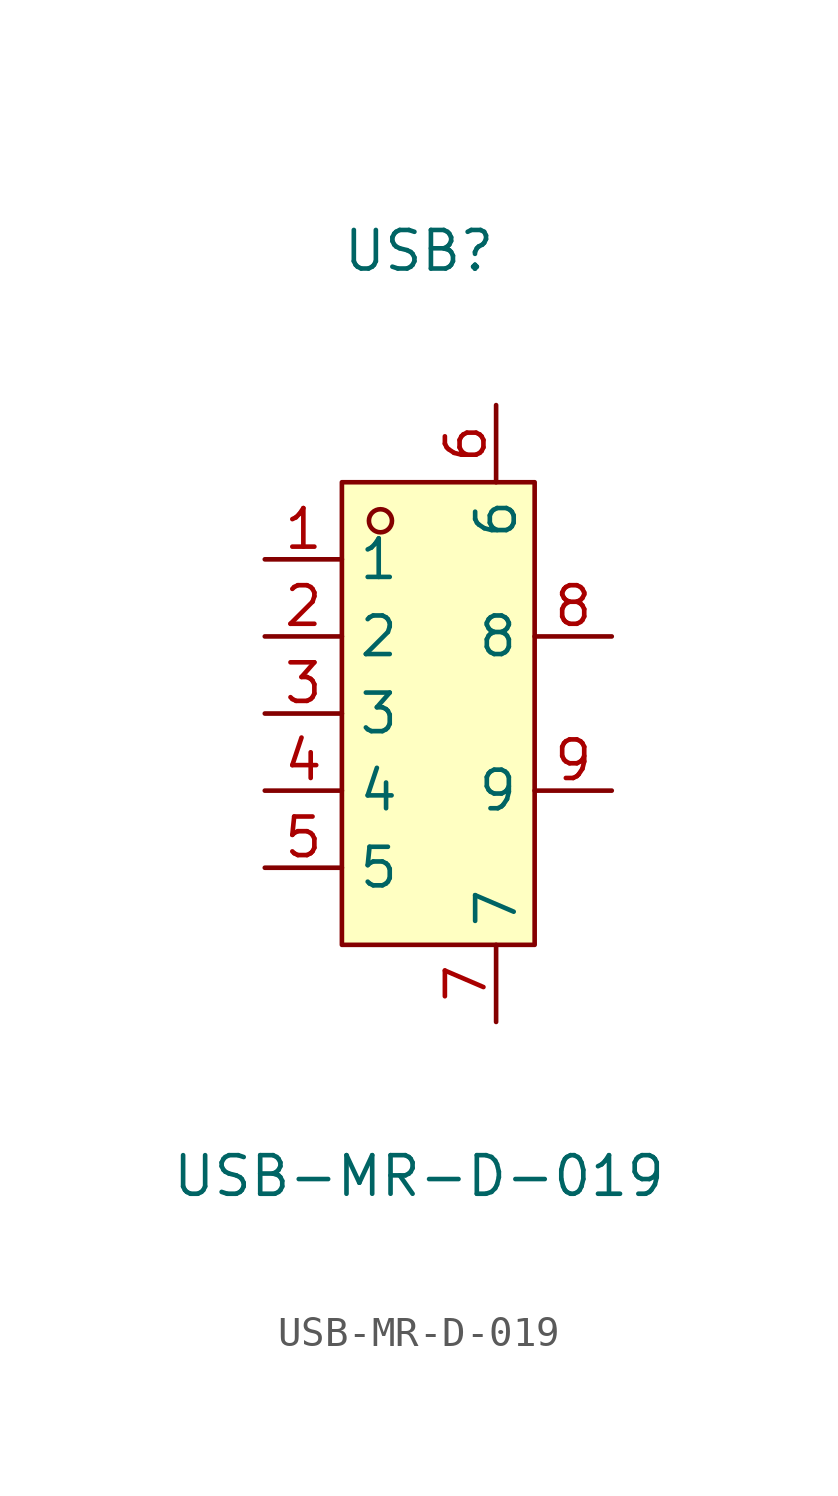
<source format=kicad_sym>
(kicad_symbol_lib
  (version 20211014)
  (generator https://github.com/uPesy/easyeda2kicad.py)
  (symbol "USB-MR-D-019"
    (property "Reference" "USB"
      (at 0 15.24 0)
      (effects (font (size 1.27 1.27))))
    (property "Value" "USB-MR-D-019"
      (at 0 -15.24 0)
      (effects (font (size 1.27 1.27))))
    (symbol "USB-MR-D-019_0_1"
      (rectangle (start -2.54 7.62) (end 3.81 -7.62) (stroke (width 0) (type default) (color 0 0 0 0)) (fill (type background)))
      (circle (center -1.27 6.35) (radius 0.38) (stroke (width 0) (type default) (color 0 0 0 0)) (fill (type none)))
      (pin unspecified line (at -5.08 5.08 0) (length 2.54) (name "1" (effects (font (size 1.27 1.27)))) (number "1" (effects (font (size 1.27 1.27)))))
      (pin unspecified line (at -5.08 2.54 0) (length 2.54) (name "2" (effects (font (size 1.27 1.27)))) (number "2" (effects (font (size 1.27 1.27)))))
      (pin unspecified line (at -5.08 -0.00 0) (length 2.54) (name "3" (effects (font (size 1.27 1.27)))) (number "3" (effects (font (size 1.27 1.27)))))
      (pin unspecified line (at -5.08 -2.54 0) (length 2.54) (name "4" (effects (font (size 1.27 1.27)))) (number "4" (effects (font (size 1.27 1.27)))))
      (pin unspecified line (at -5.08 -5.08 0) (length 2.54) (name "5" (effects (font (size 1.27 1.27)))) (number "5" (effects (font (size 1.27 1.27)))))
      (pin unspecified line (at 2.54 10.16 270) (length 2.54) (name "6" (effects (font (size 1.27 1.27)))) (number "6" (effects (font (size 1.27 1.27)))))
      (pin unspecified line (at 2.54 -10.16 90) (length 2.54) (name "7" (effects (font (size 1.27 1.27)))) (number "7" (effects (font (size 1.27 1.27)))))
      (pin unspecified line (at 6.35 2.54 180) (length 2.54) (name "8" (effects (font (size 1.27 1.27)))) (number "8" (effects (font (size 1.27 1.27)))))
      (pin unspecified line (at 6.35 -2.54 180) (length 2.54) (name "9" (effects (font (size 1.27 1.27)))) (number "9" (effects (font (size 1.27 1.27))))))))
</source>
